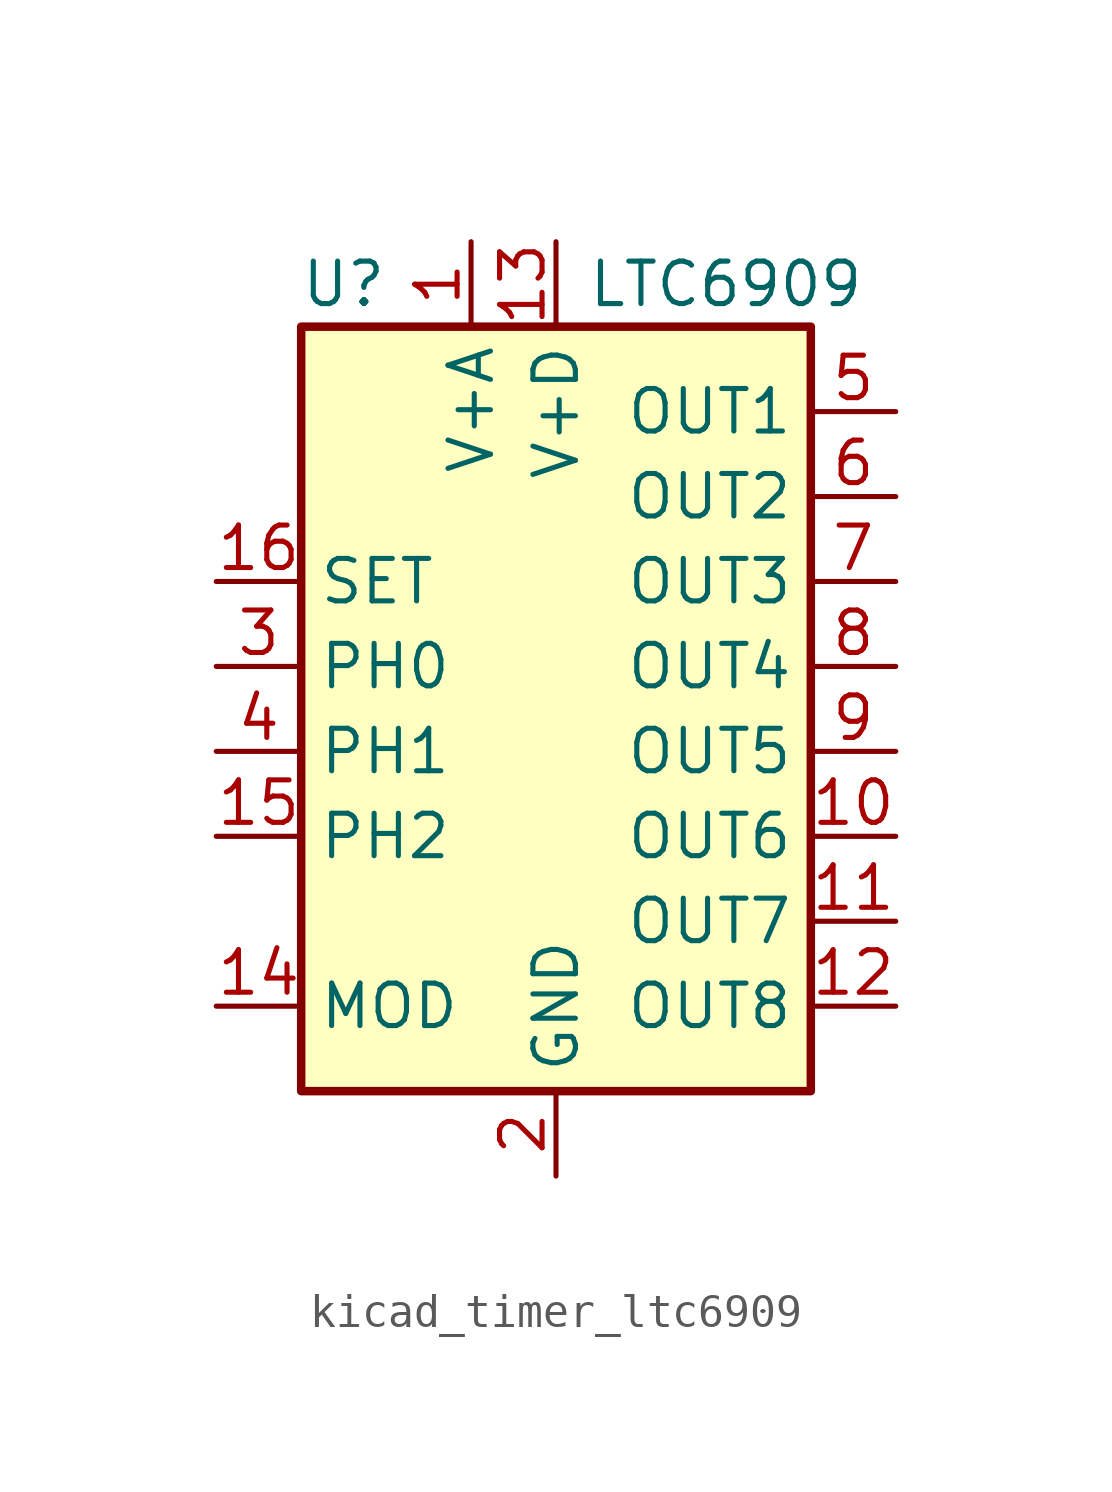
<source format=kicad_sym>
(kicad_symbol_lib
  (version 20220914)
  (generator kicad_symbol_editor)
  (symbol "kicad_timer_ltc6909"
    (property "Reference" "U"
      (at -6.35 11.43 0)
      (effects (font (size 1.27 1.27))))
    (property "Value" "LTC6909"
      (at 5.08 11.43 0)
      (effects (font (size 1.27 1.27))))
    (symbol "kicad_timer_ltc6909_0_1"
      (rectangle (start -7.62 10.16) (end 7.62 -12.7) (stroke (width 0.254) (type default)) (fill (type background))))
    (symbol "kicad_timer_ltc6909_1_1"
      (pin power_in line (at -2.54 12.7 270) (length 2.54) (name "V+A" (effects (font (size 1.27 1.27)))) (number "1" (effects (font (size 1.27 1.27)))))
      (pin tri_state line (at 10.16 -5.08 180) (length 2.54) (name "OUT6" (effects (font (size 1.27 1.27)))) (number "10" (effects (font (size 1.27 1.27)))))
      (pin tri_state line (at 10.16 -7.62 180) (length 2.54) (name "OUT7" (effects (font (size 1.27 1.27)))) (number "11" (effects (font (size 1.27 1.27)))))
      (pin tri_state line (at 10.16 -10.16 180) (length 2.54) (name "OUT8" (effects (font (size 1.27 1.27)))) (number "12" (effects (font (size 1.27 1.27)))))
      (pin power_in line (at 0 12.7 270) (length 2.54) (name "V+D" (effects (font (size 1.27 1.27)))) (number "13" (effects (font (size 1.27 1.27)))))
      (pin passive line (at -10.16 -10.16 0) (length 2.54) (name "MOD" (effects (font (size 1.27 1.27)))) (number "14" (effects (font (size 1.27 1.27)))))
      (pin input line (at -10.16 -5.08 0) (length 2.54) (name "PH2" (effects (font (size 1.27 1.27)))) (number "15" (effects (font (size 1.27 1.27)))))
      (pin passive line (at -10.16 2.54 0) (length 2.54) (name "SET" (effects (font (size 1.27 1.27)))) (number "16" (effects (font (size 1.27 1.27)))))
      (pin power_in line (at 0 -15.24 90) (length 2.54) (name "GND" (effects (font (size 1.27 1.27)))) (number "2" (effects (font (size 1.27 1.27)))))
      (pin input line (at -10.16 0 0) (length 2.54) (name "PH0" (effects (font (size 1.27 1.27)))) (number "3" (effects (font (size 1.27 1.27)))))
      (pin input line (at -10.16 -2.54 0) (length 2.54) (name "PH1" (effects (font (size 1.27 1.27)))) (number "4" (effects (font (size 1.27 1.27)))))
      (pin tri_state line (at 10.16 7.62 180) (length 2.54) (name "OUT1" (effects (font (size 1.27 1.27)))) (number "5" (effects (font (size 1.27 1.27)))))
      (pin tri_state line (at 10.16 5.08 180) (length 2.54) (name "OUT2" (effects (font (size 1.27 1.27)))) (number "6" (effects (font (size 1.27 1.27)))))
      (pin tri_state line (at 10.16 2.54 180) (length 2.54) (name "OUT3" (effects (font (size 1.27 1.27)))) (number "7" (effects (font (size 1.27 1.27)))))
      (pin tri_state line (at 10.16 0 180) (length 2.54) (name "OUT4" (effects (font (size 1.27 1.27)))) (number "8" (effects (font (size 1.27 1.27)))))
      (pin tri_state line (at 10.16 -2.54 180) (length 2.54) (name "OUT5" (effects (font (size 1.27 1.27)))) (number "9" (effects (font (size 1.27 1.27))))))))
</source>
